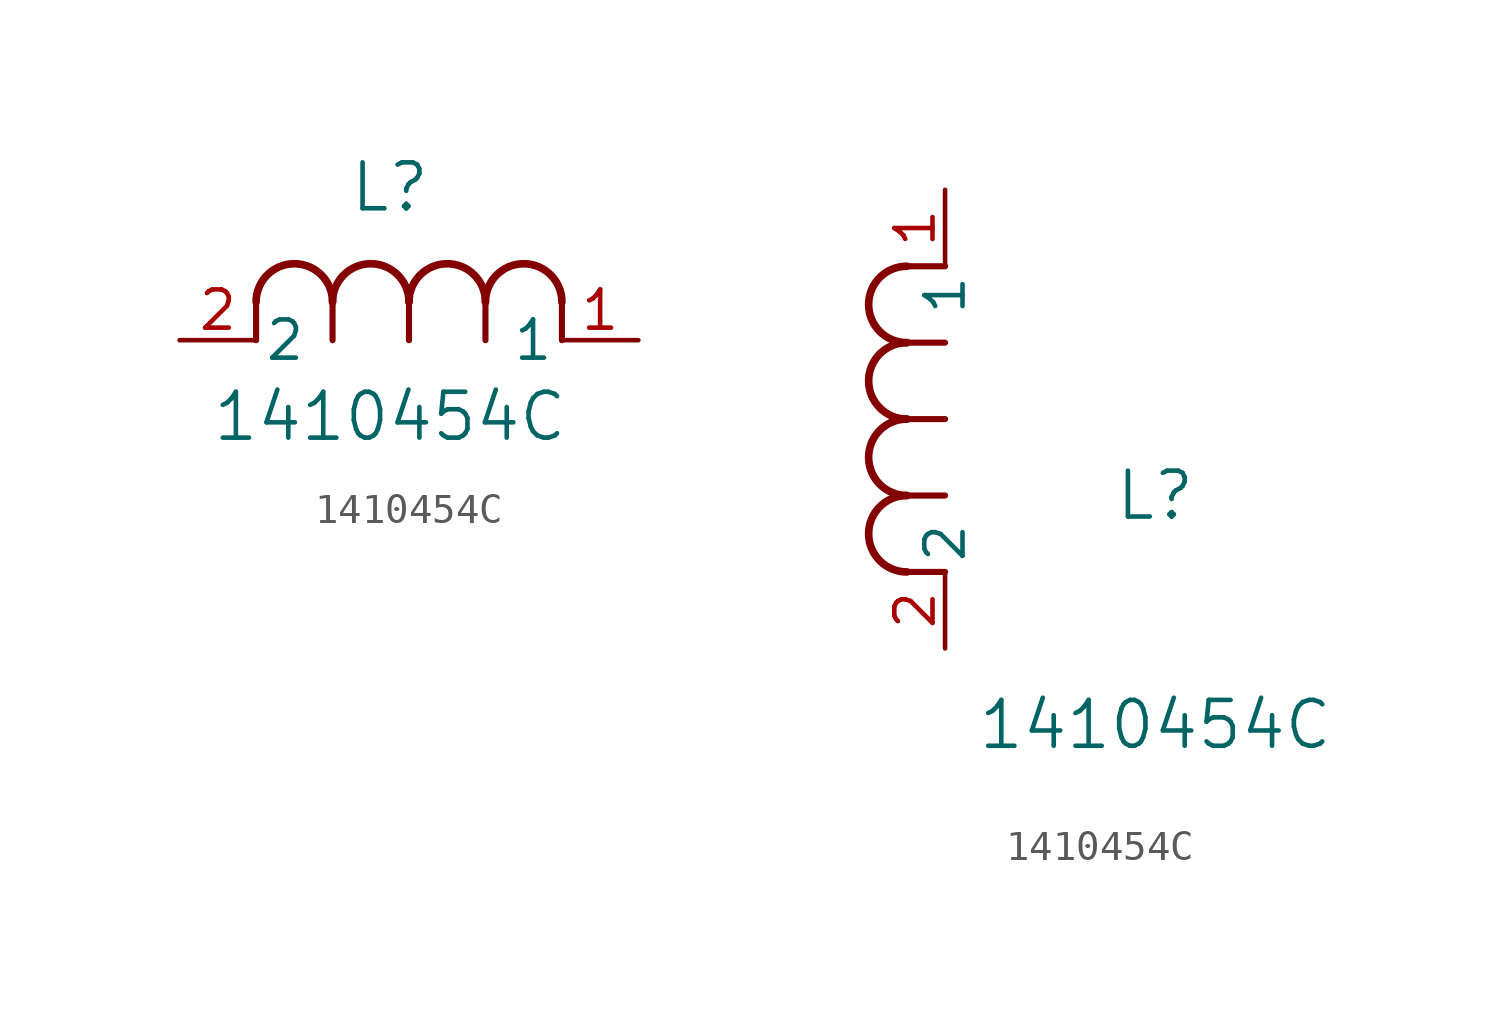
<source format=kicad_sym>
(kicad_symbol_lib
  (version 20211014)
  (generator kicad_symbol_editor)
  (symbol "1410454C"
    (pin_names
      (offset 0.254))
    (property "Reference" "L"
      (at 6.985 5.08 0)
      (effects (font (size 1.524 1.524))))
    (property "Value" "1410454C"
      (at 6.985 -2.54 0)
      (effects (font (size 1.524 1.524))))
    (symbol "1410454C_1_1"
      (arc (start 7.62 1.27) (mid 6.35 2.54) (end 5.08 1.27) (stroke (width 0.254) (type default) (color 0 0 0 0)) (fill (type none)))
      (polyline (pts (xy 5.08 0) (xy 5.08 1.27)) (stroke (width 0.203) (type default) (color 0 0 0 0)) (fill (type none)))
      (polyline (pts (xy 7.62 0) (xy 7.62 1.27)) (stroke (width 0.203) (type default) (color 0 0 0 0)) (fill (type none)))
      (polyline (pts (xy 12.7 0) (xy 12.7 1.27)) (stroke (width 0.203) (type default) (color 0 0 0 0)) (fill (type none)))
      (arc (start 5.08 1.27) (mid 3.81 2.54) (end 2.54 1.27) (stroke (width 0.254) (type default) (color 0 0 0 0)) (fill (type none)))
      (arc (start 10.16 1.27) (mid 8.89 2.54) (end 7.62 1.27) (stroke (width 0.254) (type default) (color 0 0 0 0)) (fill (type none)))
      (arc (start 12.7 1.27) (mid 11.43 2.54) (end 10.16 1.27) (stroke (width 0.254) (type default) (color 0 0 0 0)) (fill (type none)))
      (polyline (pts (xy 2.54 0) (xy 2.54 1.27)) (stroke (width 0.203) (type default) (color 0 0 0 0)) (fill (type none)))
      (polyline (pts (xy 10.16 0) (xy 10.16 1.27)) (stroke (width 0.203) (type default) (color 0 0 0 0)) (fill (type none)))
      (pin unspecified line (at 0 0 0) (length 2.54) (name "2" (effects (font (size 1.27 1.27)))) (number "2" (effects (font (size 1.27 1.27)))))
      (pin unspecified line (at 15.24 0 180) (length 2.54) (name "1" (effects (font (size 1.27 1.27)))) (number "1" (effects (font (size 1.27 1.27))))))
    (symbol "1410454C_1_2"
      (arc (start -1.27 7.62) (mid -2.54 6.35) (end -1.27 5.08) (stroke (width 0.254) (type default) (color 0 0 0 0)) (fill (type none)))
      (arc (start -1.27 5.08) (mid -2.54 3.81) (end -1.27 2.54) (stroke (width 0.254) (type default) (color 0 0 0 0)) (fill (type none)))
      (arc (start -1.27 12.7) (mid -2.54 11.43) (end -1.27 10.16) (stroke (width 0.254) (type default) (color 0 0 0 0)) (fill (type none)))
      (arc (start -1.27 10.16) (mid -2.54 8.89) (end -1.27 7.62) (stroke (width 0.254) (type default) (color 0 0 0 0)) (fill (type none)))
      (polyline (pts (xy 0 7.62) (xy -1.27 7.62)) (stroke (width 0.203) (type default) (color 0 0 0 0)) (fill (type none)))
      (polyline (pts (xy 0 5.08) (xy -1.27 5.08)) (stroke (width 0.203) (type default) (color 0 0 0 0)) (fill (type none)))
      (polyline (pts (xy 0 12.7) (xy -1.27 12.7)) (stroke (width 0.203) (type default) (color 0 0 0 0)) (fill (type none)))
      (polyline (pts (xy 0 2.54) (xy -1.27 2.54)) (stroke (width 0.203) (type default) (color 0 0 0 0)) (fill (type none)))
      (polyline (pts (xy 0 10.16) (xy -1.27 10.16)) (stroke (width 0.203) (type default) (color 0 0 0 0)) (fill (type none)))
      (pin unspecified line (at 0 0 90) (length 2.54) (name "2" (effects (font (size 1.27 1.27)))) (number "2" (effects (font (size 1.27 1.27)))))
      (pin unspecified line (at 0 15.24 270) (length 2.54) (name "1" (effects (font (size 1.27 1.27)))) (number "1" (effects (font (size 1.27 1.27))))))))
</source>
